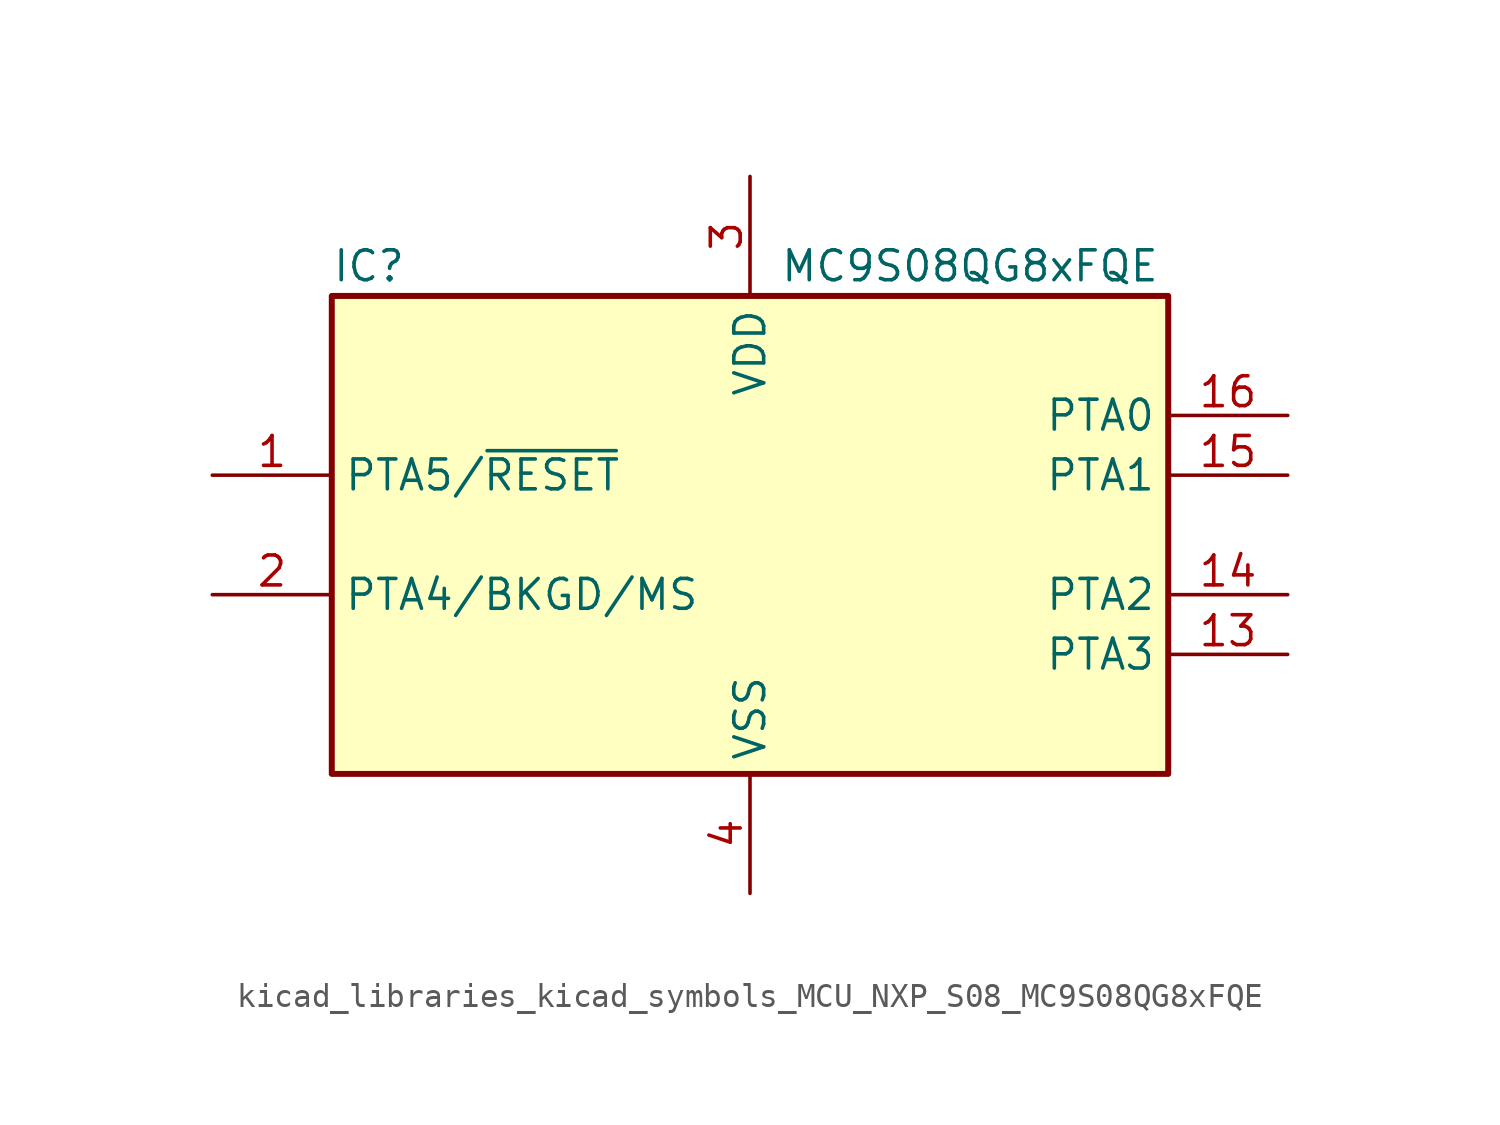
<source format=kicad_sym>
(kicad_symbol_lib
  (version 20220914)
  (generator kicad_symbol_editor)
  (symbol "kicad_libraries_kicad_symbols_MCU_NXP_S08_MC9S08QG8xFQE"
    (property "Reference" "IC"
      (at -17.78 11.43 0)
      (effects (font (size 1.27 1.27)) (justify left)))
    (property "Value" "MC9S08QG8xFQE"
      (at 1.27 11.43 0)
      (effects (font (size 1.27 1.27)) (justify left)))
    (symbol "kicad_libraries_kicad_symbols_MCU_NXP_S08_MC9S08QG8xFQE_0_1"
      (rectangle (start -17.78 10.16) (end 17.78 -10.16) (stroke (width 0.254) (type default)) (fill (type background))))
    (symbol "kicad_libraries_kicad_symbols_MCU_NXP_S08_MC9S08QG8xFQE_1_1"
      (pin bidirectional line (at -22.86 2.54 0) (length 5.08) (name "PTA5/~{RESET}" (effects (font (size 1.27 1.27)))) (number "1" (effects (font (size 1.27 1.27)))))
      (pin bidirectional line (at 22.86 -5.08 180) (length 5.08) (name "PTA3" (effects (font (size 1.27 1.27)))) (number "13" (effects (font (size 1.27 1.27)))))
      (pin bidirectional line (at 22.86 -2.54 180) (length 5.08) (name "PTA2" (effects (font (size 1.27 1.27)))) (number "14" (effects (font (size 1.27 1.27)))))
      (pin bidirectional line (at 22.86 2.54 180) (length 5.08) (name "PTA1" (effects (font (size 1.27 1.27)))) (number "15" (effects (font (size 1.27 1.27)))))
      (pin bidirectional line (at 22.86 5.08 180) (length 5.08) (name "PTA0" (effects (font (size 1.27 1.27)))) (number "16" (effects (font (size 1.27 1.27)))))
      (pin bidirectional line (at -22.86 -2.54 0) (length 5.08) (name "PTA4/BKGD/MS" (effects (font (size 1.27 1.27)))) (number "2" (effects (font (size 1.27 1.27)))))
      (pin power_in line (at 0 15.24 270) (length 5.08) (name "VDD" (effects (font (size 1.27 1.27)))) (number "3" (effects (font (size 1.27 1.27)))))
      (pin power_in line (at 0 -15.24 90) (length 5.08) (name "VSS" (effects (font (size 1.27 1.27)))) (number "4" (effects (font (size 1.27 1.27))))))))
</source>
